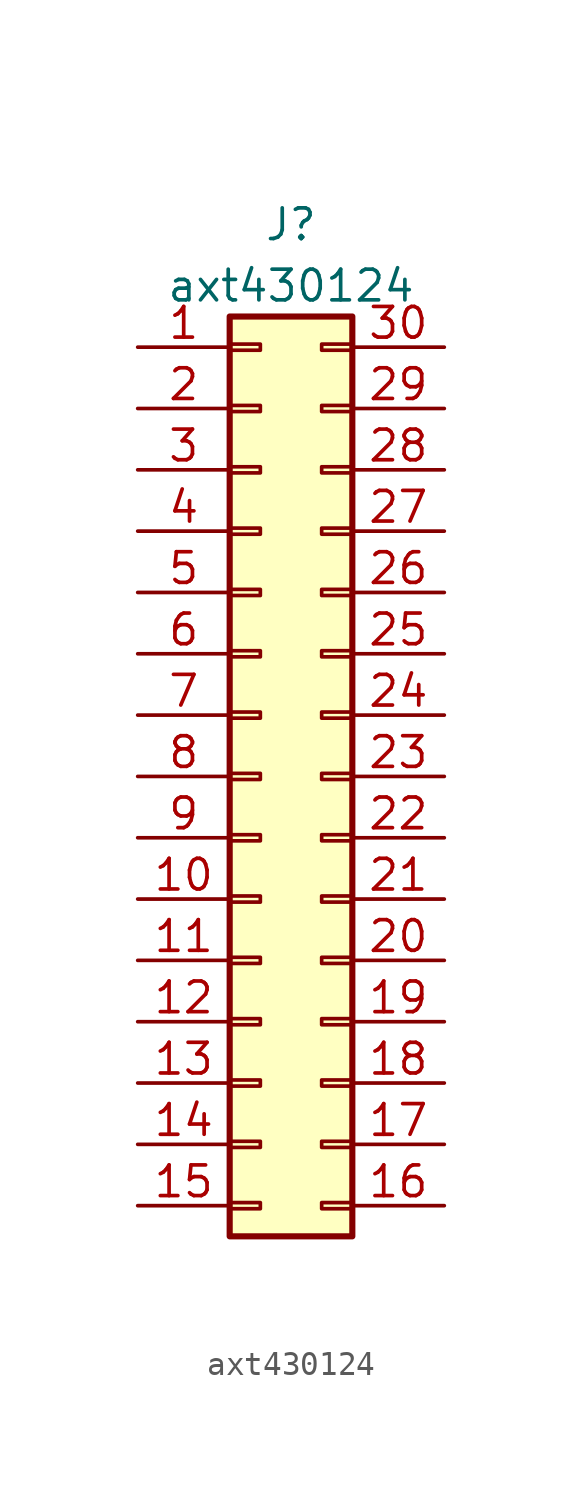
<source format=kicad_sym>
(kicad_symbol_lib
  (version 20220914)
  (generator kicad_symbol_editor)
  (symbol "axt430124"
    (property "Reference" "J"
      (at 0 22.86 0)
      (effects (font (size 1.27 1.27))))
    (property "Value" "axt430124"
      (at 0 20.32 0)
      (effects (font (size 1.27 1.27))))
    (symbol "axt430124_1_1"
      (rectangle (start -2.54 -17.653) (end -1.27 -17.907) (stroke (width 0.152) (type default)) (fill (type none)))
      (rectangle (start -2.54 -15.113) (end -1.27 -15.367) (stroke (width 0.152) (type default)) (fill (type none)))
      (rectangle (start -2.54 -12.573) (end -1.27 -12.827) (stroke (width 0.152) (type default)) (fill (type none)))
      (rectangle (start -2.54 -10.033) (end -1.27 -10.287) (stroke (width 0.152) (type default)) (fill (type none)))
      (rectangle (start -2.54 -7.493) (end -1.27 -7.747) (stroke (width 0.152) (type default)) (fill (type none)))
      (rectangle (start -2.54 -4.953) (end -1.27 -5.207) (stroke (width 0.152) (type default)) (fill (type none)))
      (rectangle (start -2.54 -2.413) (end -1.27 -2.667) (stroke (width 0.152) (type default)) (fill (type none)))
      (rectangle (start -2.54 0.127) (end -1.27 -0.127) (stroke (width 0.152) (type default)) (fill (type none)))
      (rectangle (start -2.54 2.667) (end -1.27 2.413) (stroke (width 0.152) (type default)) (fill (type none)))
      (rectangle (start -2.54 5.207) (end -1.27 4.953) (stroke (width 0.152) (type default)) (fill (type none)))
      (rectangle (start -2.54 7.747) (end -1.27 7.493) (stroke (width 0.152) (type default)) (fill (type none)))
      (rectangle (start -2.54 10.287) (end -1.27 10.033) (stroke (width 0.152) (type default)) (fill (type none)))
      (rectangle (start -2.54 12.827) (end -1.27 12.573) (stroke (width 0.152) (type default)) (fill (type none)))
      (rectangle (start -2.54 15.367) (end -1.27 15.113) (stroke (width 0.152) (type default)) (fill (type none)))
      (rectangle (start -2.54 17.907) (end -1.27 17.653) (stroke (width 0.152) (type default)) (fill (type none)))
      (rectangle (start -2.54 19.05) (end 2.54 -19.05) (stroke (width 0.254) (type default)) (fill (type background)))
      (rectangle (start 2.54 -17.653) (end 1.27 -17.907) (stroke (width 0.152) (type default)) (fill (type none)))
      (rectangle (start 2.54 -15.113) (end 1.27 -15.367) (stroke (width 0.152) (type default)) (fill (type none)))
      (rectangle (start 2.54 -12.573) (end 1.27 -12.827) (stroke (width 0.152) (type default)) (fill (type none)))
      (rectangle (start 2.54 -10.033) (end 1.27 -10.287) (stroke (width 0.152) (type default)) (fill (type none)))
      (rectangle (start 2.54 -7.493) (end 1.27 -7.747) (stroke (width 0.152) (type default)) (fill (type none)))
      (rectangle (start 2.54 -4.953) (end 1.27 -5.207) (stroke (width 0.152) (type default)) (fill (type none)))
      (rectangle (start 2.54 -2.413) (end 1.27 -2.667) (stroke (width 0.152) (type default)) (fill (type none)))
      (rectangle (start 2.54 0.127) (end 1.27 -0.127) (stroke (width 0.152) (type default)) (fill (type none)))
      (rectangle (start 2.54 2.667) (end 1.27 2.413) (stroke (width 0.152) (type default)) (fill (type none)))
      (rectangle (start 2.54 5.207) (end 1.27 4.953) (stroke (width 0.152) (type default)) (fill (type none)))
      (rectangle (start 2.54 7.747) (end 1.27 7.493) (stroke (width 0.152) (type default)) (fill (type none)))
      (rectangle (start 2.54 10.287) (end 1.27 10.033) (stroke (width 0.152) (type default)) (fill (type none)))
      (rectangle (start 2.54 12.827) (end 1.27 12.573) (stroke (width 0.152) (type default)) (fill (type none)))
      (rectangle (start 2.54 15.367) (end 1.27 15.113) (stroke (width 0.152) (type default)) (fill (type none)))
      (rectangle (start 2.54 17.907) (end 1.27 17.653) (stroke (width 0.152) (type default)) (fill (type none)))
      (pin passive line (at -6.35 17.78 0) (length 3.81) (name "" (effects (font (size 1.27 1.27)))) (number "1" (effects (font (size 1.27 1.27)))))
      (pin passive line (at -6.35 -5.08 0) (length 3.81) (name "" (effects (font (size 1.27 1.27)))) (number "10" (effects (font (size 1.27 1.27)))))
      (pin passive line (at -6.35 -7.62 0) (length 3.81) (name "" (effects (font (size 1.27 1.27)))) (number "11" (effects (font (size 1.27 1.27)))))
      (pin passive line (at -6.35 -10.16 0) (length 3.81) (name "" (effects (font (size 1.27 1.27)))) (number "12" (effects (font (size 1.27 1.27)))))
      (pin passive line (at -6.35 -12.7 0) (length 3.81) (name "" (effects (font (size 1.27 1.27)))) (number "13" (effects (font (size 1.27 1.27)))))
      (pin passive line (at -6.35 -15.24 0) (length 3.81) (name "" (effects (font (size 1.27 1.27)))) (number "14" (effects (font (size 1.27 1.27)))))
      (pin passive line (at -6.35 -17.78 0) (length 3.81) (name "" (effects (font (size 1.27 1.27)))) (number "15" (effects (font (size 1.27 1.27)))))
      (pin passive line (at 6.35 -17.78 180) (length 3.81) (name "" (effects (font (size 1.27 1.27)))) (number "16" (effects (font (size 1.27 1.27)))))
      (pin passive line (at 6.35 -15.24 180) (length 3.81) (name "" (effects (font (size 1.27 1.27)))) (number "17" (effects (font (size 1.27 1.27)))))
      (pin passive line (at 6.35 -12.7 180) (length 3.81) (name "" (effects (font (size 1.27 1.27)))) (number "18" (effects (font (size 1.27 1.27)))))
      (pin passive line (at 6.35 -10.16 180) (length 3.81) (name "" (effects (font (size 1.27 1.27)))) (number "19" (effects (font (size 1.27 1.27)))))
      (pin passive line (at -6.35 15.24 0) (length 3.81) (name "" (effects (font (size 1.27 1.27)))) (number "2" (effects (font (size 1.27 1.27)))))
      (pin passive line (at 6.35 -7.62 180) (length 3.81) (name "" (effects (font (size 1.27 1.27)))) (number "20" (effects (font (size 1.27 1.27)))))
      (pin passive line (at 6.35 -5.08 180) (length 3.81) (name "" (effects (font (size 1.27 1.27)))) (number "21" (effects (font (size 1.27 1.27)))))
      (pin passive line (at 6.35 -2.54 180) (length 3.81) (name "" (effects (font (size 1.27 1.27)))) (number "22" (effects (font (size 1.27 1.27)))))
      (pin passive line (at 6.35 0 180) (length 3.81) (name "" (effects (font (size 1.27 1.27)))) (number "23" (effects (font (size 1.27 1.27)))))
      (pin passive line (at 6.35 2.54 180) (length 3.81) (name "" (effects (font (size 1.27 1.27)))) (number "24" (effects (font (size 1.27 1.27)))))
      (pin passive line (at 6.35 5.08 180) (length 3.81) (name "" (effects (font (size 1.27 1.27)))) (number "25" (effects (font (size 1.27 1.27)))))
      (pin passive line (at 6.35 7.62 180) (length 3.81) (name "" (effects (font (size 1.27 1.27)))) (number "26" (effects (font (size 1.27 1.27)))))
      (pin passive line (at 6.35 10.16 180) (length 3.81) (name "" (effects (font (size 1.27 1.27)))) (number "27" (effects (font (size 1.27 1.27)))))
      (pin passive line (at 6.35 12.7 180) (length 3.81) (name "" (effects (font (size 1.27 1.27)))) (number "28" (effects (font (size 1.27 1.27)))))
      (pin passive line (at 6.35 15.24 180) (length 3.81) (name "" (effects (font (size 1.27 1.27)))) (number "29" (effects (font (size 1.27 1.27)))))
      (pin passive line (at -6.35 12.7 0) (length 3.81) (name "" (effects (font (size 1.27 1.27)))) (number "3" (effects (font (size 1.27 1.27)))))
      (pin passive line (at 6.35 17.78 180) (length 3.81) (name "" (effects (font (size 1.27 1.27)))) (number "30" (effects (font (size 1.27 1.27)))))
      (pin passive line (at -6.35 10.16 0) (length 3.81) (name "" (effects (font (size 1.27 1.27)))) (number "4" (effects (font (size 1.27 1.27)))))
      (pin passive line (at -6.35 7.62 0) (length 3.81) (name "" (effects (font (size 1.27 1.27)))) (number "5" (effects (font (size 1.27 1.27)))))
      (pin passive line (at -6.35 5.08 0) (length 3.81) (name "" (effects (font (size 1.27 1.27)))) (number "6" (effects (font (size 1.27 1.27)))))
      (pin passive line (at -6.35 2.54 0) (length 3.81) (name "" (effects (font (size 1.27 1.27)))) (number "7" (effects (font (size 1.27 1.27)))))
      (pin passive line (at -6.35 0 0) (length 3.81) (name "" (effects (font (size 1.27 1.27)))) (number "8" (effects (font (size 1.27 1.27)))))
      (pin passive line (at -6.35 -2.54 0) (length 3.81) (name "" (effects (font (size 1.27 1.27)))) (number "9" (effects (font (size 1.27 1.27))))))))
</source>
